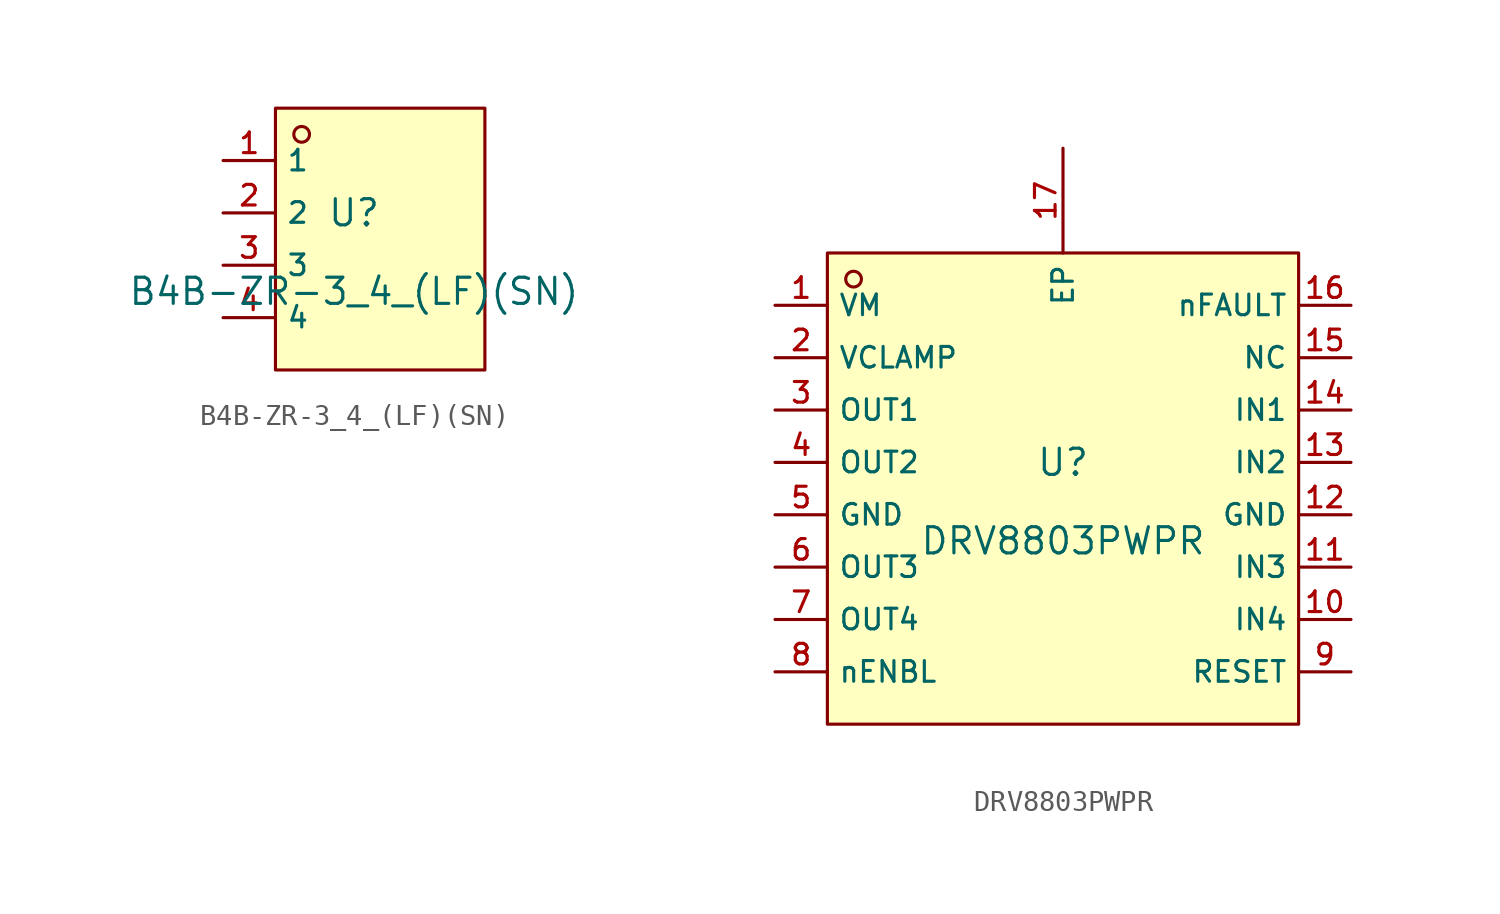
<source format=kicad_sym>
(kicad_symbol_lib
  (version 20210201)
  (generator TousstNicolas/JLC2KiCad_lib)
  (symbol "B4B-ZR-3_4_(LF)(SN)"
    (property "Reference" "U"
      (at 0 1.27 0)
      (effects (font (size 1.27 1.27))))
    (property "Value" "B4B-ZR-3_4_(LF)(SN)"
      (at 0 -2.54 0)
      (effects (font (size 1.27 1.27))))
    (symbol "B4B-ZR-3_4_(LF)(SN)_0_1"
      (rectangle (start -3.81 6.35) (end 6.35 -6.35) (stroke (width 0) (type default) (color 0 0 0 0)) (fill (type background)))
      (circle (center -2.54 5.08) (radius 0.381) (stroke (width 0) (type default) (color 0 0 0 0)) (fill (type background)))
      (pin unspecified line (at -6.35 3.81 0) (length 2.54) (name "1" (effects (font (size 1 1)))) (number "1" (effects (font (size 1 1)))))
      (pin unspecified line (at -6.35 1.27 0) (length 2.54) (name "2" (effects (font (size 1 1)))) (number "2" (effects (font (size 1 1)))))
      (pin unspecified line (at -6.35 -1.27 0) (length 2.54) (name "3" (effects (font (size 1 1)))) (number "3" (effects (font (size 1 1)))))
      (pin unspecified line (at -6.35 -3.81 0) (length 2.54) (name "4" (effects (font (size 1 1)))) (number "4" (effects (font (size 1 1)))))))
  (symbol "DRV8803PWPR"
    (property "Reference" "U"
      (at 0 1.27 0)
      (effects (font (size 1.27 1.27))))
    (property "Value" "DRV8803PWPR"
      (at 0 -2.54 0)
      (effects (font (size 1.27 1.27))))
    (symbol "DRV8803PWPR_0_1"
      (rectangle (start -11.43 11.43) (end 11.43 -11.43) (stroke (width 0) (type default) (color 0 0 0 0)) (fill (type background)))
      (circle (center -10.16 10.16) (radius 0.381) (stroke (width 0) (type default) (color 0 0 0 0)) (fill (type background)))
      (pin unspecified line (at -13.97 8.89 0) (length 2.54) (name "VM" (effects (font (size 1 1)))) (number "1" (effects (font (size 1 1)))))
      (pin unspecified line (at -13.97 6.35 0) (length 2.54) (name "VCLAMP" (effects (font (size 1 1)))) (number "2" (effects (font (size 1 1)))))
      (pin unspecified line (at -13.97 3.81 0) (length 2.54) (name "OUT1" (effects (font (size 1 1)))) (number "3" (effects (font (size 1 1)))))
      (pin unspecified line (at -13.97 1.27 0) (length 2.54) (name "OUT2" (effects (font (size 1 1)))) (number "4" (effects (font (size 1 1)))))
      (pin unspecified line (at -13.97 -1.27 0) (length 2.54) (name "GND" (effects (font (size 1 1)))) (number "5" (effects (font (size 1 1)))))
      (pin unspecified line (at -13.97 -3.81 0) (length 2.54) (name "OUT3" (effects (font (size 1 1)))) (number "6" (effects (font (size 1 1)))))
      (pin unspecified line (at -13.97 -6.35 0) (length 2.54) (name "OUT4" (effects (font (size 1 1)))) (number "7" (effects (font (size 1 1)))))
      (pin unspecified line (at -13.97 -8.89 0) (length 2.54) (name "nENBL" (effects (font (size 1 1)))) (number "8" (effects (font (size 1 1)))))
      (pin unspecified line (at 13.97 -8.89 180) (length 2.54) (name "RESET" (effects (font (size 1 1)))) (number "9" (effects (font (size 1 1)))))
      (pin unspecified line (at 13.97 -6.35 180) (length 2.54) (name "IN4" (effects (font (size 1 1)))) (number "10" (effects (font (size 1 1)))))
      (pin unspecified line (at 13.97 -3.81 180) (length 2.54) (name "IN3" (effects (font (size 1 1)))) (number "11" (effects (font (size 1 1)))))
      (pin unspecified line (at 13.97 -1.27 180) (length 2.54) (name "GND" (effects (font (size 1 1)))) (number "12" (effects (font (size 1 1)))))
      (pin unspecified line (at 13.97 1.27 180) (length 2.54) (name "IN2" (effects (font (size 1 1)))) (number "13" (effects (font (size 1 1)))))
      (pin unspecified line (at 13.97 3.81 180) (length 2.54) (name "IN1" (effects (font (size 1 1)))) (number "14" (effects (font (size 1 1)))))
      (pin unspecified line (at 13.97 6.35 180) (length 2.54) (name "NC" (effects (font (size 1 1)))) (number "15" (effects (font (size 1 1)))))
      (pin unspecified line (at 13.97 8.89 180) (length 2.54) (name "nFAULT" (effects (font (size 1 1)))) (number "16" (effects (font (size 1 1)))))
      (pin unspecified line (at 0.0 16.51 270) (length 5.08) (name "EP" (effects (font (size 1 1)))) (number "17" (effects (font (size 1 1))))))))
</source>
